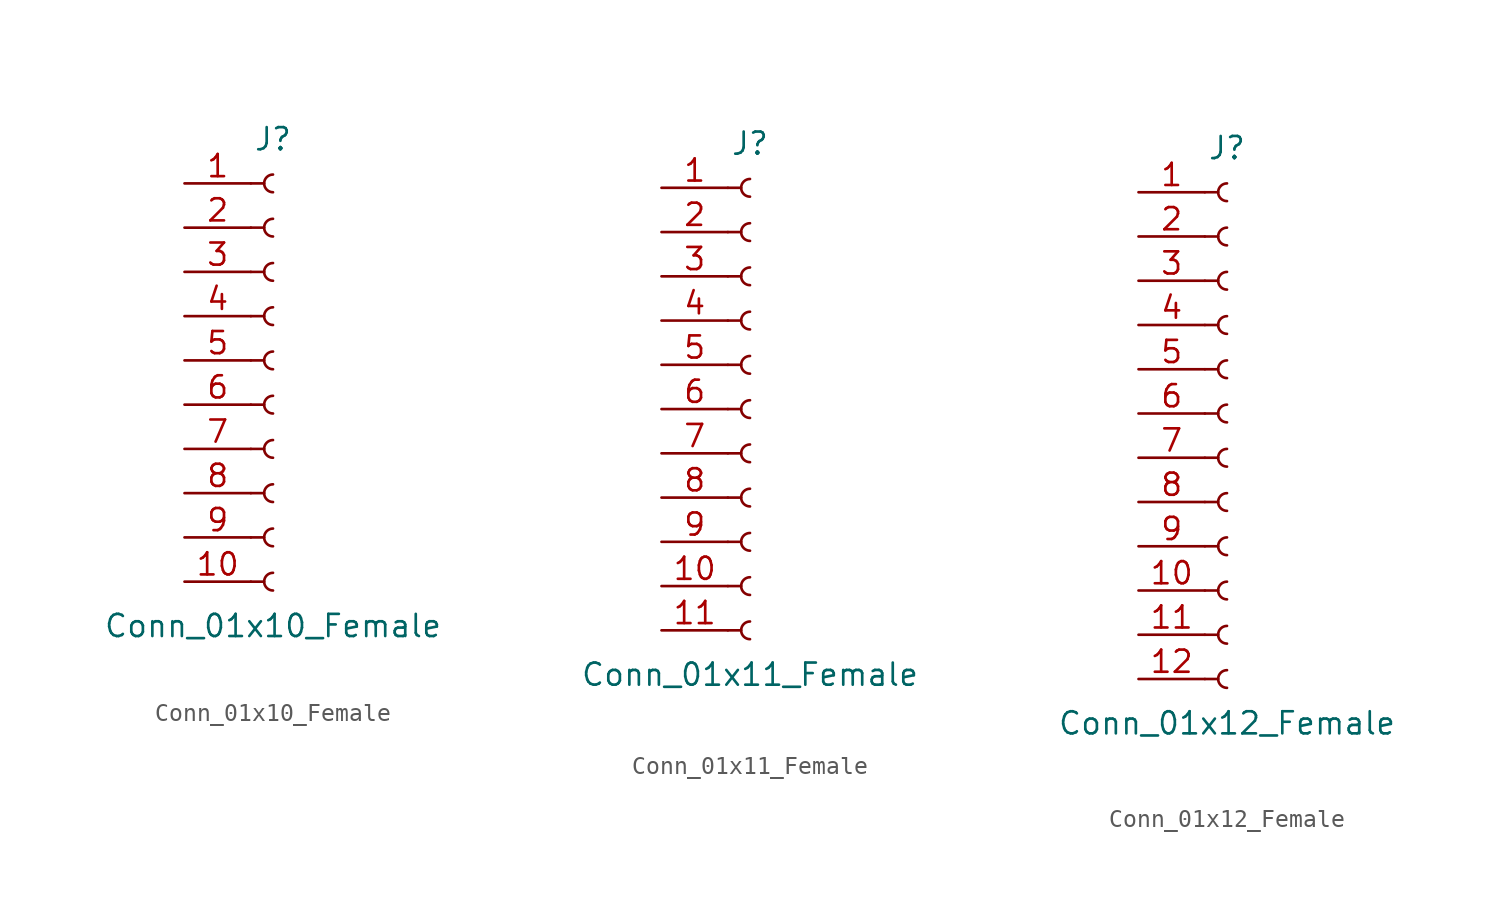
<source format=kicad_sym>
(kicad_symbol_lib
  (version 20201005)
  (generator kicad_symbol_editor)
  (symbol "Conn_01x10_Female"
    (pin_names
      (offset 1.016) hide)
    (property "Reference" "J"
      (at 0 12.7 0)
      (effects (font (size 1.27 1.27))))
    (property "Value" "Conn_01x10_Female"
      (at 0 -15.24 0)
      (effects (font (size 1.27 1.27))))
    (symbol "Conn_01x10_Female_1_1"
      (arc (start 0 -12.192) (end 0 -13.208) (radius (at 0 -12.7) (length 0.508) (angles 90.1 -90.1)) (stroke (width 0.1524)) (fill (type none)))
      (arc (start 0 -9.652) (end 0 -10.668) (radius (at 0 -10.16) (length 0.508) (angles 90.1 -90.1)) (stroke (width 0.1524)) (fill (type none)))
      (arc (start 0 -7.112) (end 0 -8.128) (radius (at 0 -7.62) (length 0.508) (angles 90.1 -90.1)) (stroke (width 0.1524)) (fill (type none)))
      (arc (start 0 -4.572) (end 0 -5.588) (radius (at 0 -5.08) (length 0.508) (angles 90.1 -90.1)) (stroke (width 0.1524)) (fill (type none)))
      (arc (start 0 -2.032) (end 0 -3.048) (radius (at 0 -2.54) (length 0.508) (angles 90.1 -90.1)) (stroke (width 0.1524)) (fill (type none)))
      (arc (start 0 0.508) (end 0 -0.508) (radius (at 0 0) (length 0.508) (angles 90.1 -90.1)) (stroke (width 0.1524)) (fill (type none)))
      (arc (start 0 3.048) (end 0 2.032) (radius (at 0 2.54) (length 0.508) (angles 90.1 -90.1)) (stroke (width 0.1524)) (fill (type none)))
      (arc (start 0 5.588) (end 0 4.572) (radius (at 0 5.08) (length 0.508) (angles 90.1 -90.1)) (stroke (width 0.1524)) (fill (type none)))
      (arc (start 0 8.128) (end 0 7.112) (radius (at 0 7.62) (length 0.508) (angles 90.1 -90.1)) (stroke (width 0.1524)) (fill (type none)))
      (arc (start 0 10.668) (end 0 9.652) (radius (at 0 10.16) (length 0.508) (angles 90.1 -90.1)) (stroke (width 0.1524)) (fill (type none)))
      (polyline (pts (xy -1.27 -12.7) (xy -0.508 -12.7)) (stroke (width 0.152)) (fill (type none)))
      (polyline (pts (xy -1.27 -10.16) (xy -0.508 -10.16)) (stroke (width 0.152)) (fill (type none)))
      (polyline (pts (xy -1.27 -7.62) (xy -0.508 -7.62)) (stroke (width 0.152)) (fill (type none)))
      (polyline (pts (xy -1.27 -5.08) (xy -0.508 -5.08)) (stroke (width 0.152)) (fill (type none)))
      (polyline (pts (xy -1.27 -2.54) (xy -0.508 -2.54)) (stroke (width 0.152)) (fill (type none)))
      (polyline (pts (xy -1.27 0) (xy -0.508 0)) (stroke (width 0.152)) (fill (type none)))
      (polyline (pts (xy -1.27 2.54) (xy -0.508 2.54)) (stroke (width 0.152)) (fill (type none)))
      (polyline (pts (xy -1.27 5.08) (xy -0.508 5.08)) (stroke (width 0.152)) (fill (type none)))
      (polyline (pts (xy -1.27 7.62) (xy -0.508 7.62)) (stroke (width 0.152)) (fill (type none)))
      (polyline (pts (xy -1.27 10.16) (xy -0.508 10.16)) (stroke (width 0.152)) (fill (type none)))
      (pin passive line (at -5.08 10.16 0) (length 3.81) (name "Pin_1" (effects (font (size 1.27 1.27)))) (number "1" (effects (font (size 1.27 1.27)))))
      (pin passive line (at -5.08 -12.7 0) (length 3.81) (name "Pin_10" (effects (font (size 1.27 1.27)))) (number "10" (effects (font (size 1.27 1.27)))))
      (pin passive line (at -5.08 7.62 0) (length 3.81) (name "Pin_2" (effects (font (size 1.27 1.27)))) (number "2" (effects (font (size 1.27 1.27)))))
      (pin passive line (at -5.08 5.08 0) (length 3.81) (name "Pin_3" (effects (font (size 1.27 1.27)))) (number "3" (effects (font (size 1.27 1.27)))))
      (pin passive line (at -5.08 2.54 0) (length 3.81) (name "Pin_4" (effects (font (size 1.27 1.27)))) (number "4" (effects (font (size 1.27 1.27)))))
      (pin passive line (at -5.08 0 0) (length 3.81) (name "Pin_5" (effects (font (size 1.27 1.27)))) (number "5" (effects (font (size 1.27 1.27)))))
      (pin passive line (at -5.08 -2.54 0) (length 3.81) (name "Pin_6" (effects (font (size 1.27 1.27)))) (number "6" (effects (font (size 1.27 1.27)))))
      (pin passive line (at -5.08 -5.08 0) (length 3.81) (name "Pin_7" (effects (font (size 1.27 1.27)))) (number "7" (effects (font (size 1.27 1.27)))))
      (pin passive line (at -5.08 -7.62 0) (length 3.81) (name "Pin_8" (effects (font (size 1.27 1.27)))) (number "8" (effects (font (size 1.27 1.27)))))
      (pin passive line (at -5.08 -10.16 0) (length 3.81) (name "Pin_9" (effects (font (size 1.27 1.27)))) (number "9" (effects (font (size 1.27 1.27)))))))
  (symbol "Conn_01x11_Female"
    (pin_names
      (offset 1.016) hide)
    (property "Reference" "J"
      (at 0 15.24 0)
      (effects (font (size 1.27 1.27))))
    (property "Value" "Conn_01x11_Female"
      (at 0 -15.24 0)
      (effects (font (size 1.27 1.27))))
    (symbol "Conn_01x11_Female_1_1"
      (arc (start 0 -12.192) (end 0 -13.208) (radius (at 0 -12.7) (length 0.508) (angles 90.1 -90.1)) (stroke (width 0.1524)) (fill (type none)))
      (arc (start 0 -9.652) (end 0 -10.668) (radius (at 0 -10.16) (length 0.508) (angles 90.1 -90.1)) (stroke (width 0.1524)) (fill (type none)))
      (arc (start 0 -7.112) (end 0 -8.128) (radius (at 0 -7.62) (length 0.508) (angles 90.1 -90.1)) (stroke (width 0.1524)) (fill (type none)))
      (arc (start 0 -4.572) (end 0 -5.588) (radius (at 0 -5.08) (length 0.508) (angles 90.1 -90.1)) (stroke (width 0.1524)) (fill (type none)))
      (arc (start 0 -2.032) (end 0 -3.048) (radius (at 0 -2.54) (length 0.508) (angles 90.1 -90.1)) (stroke (width 0.1524)) (fill (type none)))
      (arc (start 0 0.508) (end 0 -0.508) (radius (at 0 0) (length 0.508) (angles 90.1 -90.1)) (stroke (width 0.1524)) (fill (type none)))
      (arc (start 0 3.048) (end 0 2.032) (radius (at 0 2.54) (length 0.508) (angles 90.1 -90.1)) (stroke (width 0.1524)) (fill (type none)))
      (arc (start 0 5.588) (end 0 4.572) (radius (at 0 5.08) (length 0.508) (angles 90.1 -90.1)) (stroke (width 0.1524)) (fill (type none)))
      (arc (start 0 8.128) (end 0 7.112) (radius (at 0 7.62) (length 0.508) (angles 90.1 -90.1)) (stroke (width 0.1524)) (fill (type none)))
      (arc (start 0 10.668) (end 0 9.652) (radius (at 0 10.16) (length 0.508) (angles 90.1 -90.1)) (stroke (width 0.1524)) (fill (type none)))
      (arc (start 0 13.208) (end 0 12.192) (radius (at 0 12.7) (length 0.508) (angles 90.1 -90.1)) (stroke (width 0.1524)) (fill (type none)))
      (polyline (pts (xy -1.27 -12.7) (xy -0.508 -12.7)) (stroke (width 0.152)) (fill (type none)))
      (polyline (pts (xy -1.27 -10.16) (xy -0.508 -10.16)) (stroke (width 0.152)) (fill (type none)))
      (polyline (pts (xy -1.27 -7.62) (xy -0.508 -7.62)) (stroke (width 0.152)) (fill (type none)))
      (polyline (pts (xy -1.27 -5.08) (xy -0.508 -5.08)) (stroke (width 0.152)) (fill (type none)))
      (polyline (pts (xy -1.27 -2.54) (xy -0.508 -2.54)) (stroke (width 0.152)) (fill (type none)))
      (polyline (pts (xy -1.27 0) (xy -0.508 0)) (stroke (width 0.152)) (fill (type none)))
      (polyline (pts (xy -1.27 2.54) (xy -0.508 2.54)) (stroke (width 0.152)) (fill (type none)))
      (polyline (pts (xy -1.27 5.08) (xy -0.508 5.08)) (stroke (width 0.152)) (fill (type none)))
      (polyline (pts (xy -1.27 7.62) (xy -0.508 7.62)) (stroke (width 0.152)) (fill (type none)))
      (polyline (pts (xy -1.27 10.16) (xy -0.508 10.16)) (stroke (width 0.152)) (fill (type none)))
      (polyline (pts (xy -1.27 12.7) (xy -0.508 12.7)) (stroke (width 0.152)) (fill (type none)))
      (pin passive line (at -5.08 12.7 0) (length 3.81) (name "Pin_1" (effects (font (size 1.27 1.27)))) (number "1" (effects (font (size 1.27 1.27)))))
      (pin passive line (at -5.08 -10.16 0) (length 3.81) (name "Pin_10" (effects (font (size 1.27 1.27)))) (number "10" (effects (font (size 1.27 1.27)))))
      (pin passive line (at -5.08 -12.7 0) (length 3.81) (name "Pin_11" (effects (font (size 1.27 1.27)))) (number "11" (effects (font (size 1.27 1.27)))))
      (pin passive line (at -5.08 10.16 0) (length 3.81) (name "Pin_2" (effects (font (size 1.27 1.27)))) (number "2" (effects (font (size 1.27 1.27)))))
      (pin passive line (at -5.08 7.62 0) (length 3.81) (name "Pin_3" (effects (font (size 1.27 1.27)))) (number "3" (effects (font (size 1.27 1.27)))))
      (pin passive line (at -5.08 5.08 0) (length 3.81) (name "Pin_4" (effects (font (size 1.27 1.27)))) (number "4" (effects (font (size 1.27 1.27)))))
      (pin passive line (at -5.08 2.54 0) (length 3.81) (name "Pin_5" (effects (font (size 1.27 1.27)))) (number "5" (effects (font (size 1.27 1.27)))))
      (pin passive line (at -5.08 0 0) (length 3.81) (name "Pin_6" (effects (font (size 1.27 1.27)))) (number "6" (effects (font (size 1.27 1.27)))))
      (pin passive line (at -5.08 -2.54 0) (length 3.81) (name "Pin_7" (effects (font (size 1.27 1.27)))) (number "7" (effects (font (size 1.27 1.27)))))
      (pin passive line (at -5.08 -5.08 0) (length 3.81) (name "Pin_8" (effects (font (size 1.27 1.27)))) (number "8" (effects (font (size 1.27 1.27)))))
      (pin passive line (at -5.08 -7.62 0) (length 3.81) (name "Pin_9" (effects (font (size 1.27 1.27)))) (number "9" (effects (font (size 1.27 1.27)))))))
  (symbol "Conn_01x12_Female"
    (pin_names
      (offset 1.016) hide)
    (property "Reference" "J"
      (at 0 15.24 0)
      (effects (font (size 1.27 1.27))))
    (property "Value" "Conn_01x12_Female"
      (at 0 -17.78 0)
      (effects (font (size 1.27 1.27))))
    (symbol "Conn_01x12_Female_1_1"
      (arc (start 0 -14.732) (end 0 -15.748) (radius (at 0 -15.24) (length 0.508) (angles 90.1 -90.1)) (stroke (width 0.1524)) (fill (type none)))
      (arc (start 0 -12.192) (end 0 -13.208) (radius (at 0 -12.7) (length 0.508) (angles 90.1 -90.1)) (stroke (width 0.1524)) (fill (type none)))
      (arc (start 0 -9.652) (end 0 -10.668) (radius (at 0 -10.16) (length 0.508) (angles 90.1 -90.1)) (stroke (width 0.1524)) (fill (type none)))
      (arc (start 0 -7.112) (end 0 -8.128) (radius (at 0 -7.62) (length 0.508) (angles 90.1 -90.1)) (stroke (width 0.1524)) (fill (type none)))
      (arc (start 0 -4.572) (end 0 -5.588) (radius (at 0 -5.08) (length 0.508) (angles 90.1 -90.1)) (stroke (width 0.1524)) (fill (type none)))
      (arc (start 0 -2.032) (end 0 -3.048) (radius (at 0 -2.54) (length 0.508) (angles 90.1 -90.1)) (stroke (width 0.1524)) (fill (type none)))
      (arc (start 0 0.508) (end 0 -0.508) (radius (at 0 0) (length 0.508) (angles 90.1 -90.1)) (stroke (width 0.1524)) (fill (type none)))
      (arc (start 0 3.048) (end 0 2.032) (radius (at 0 2.54) (length 0.508) (angles 90.1 -90.1)) (stroke (width 0.1524)) (fill (type none)))
      (arc (start 0 5.588) (end 0 4.572) (radius (at 0 5.08) (length 0.508) (angles 90.1 -90.1)) (stroke (width 0.1524)) (fill (type none)))
      (arc (start 0 8.128) (end 0 7.112) (radius (at 0 7.62) (length 0.508) (angles 90.1 -90.1)) (stroke (width 0.1524)) (fill (type none)))
      (arc (start 0 10.668) (end 0 9.652) (radius (at 0 10.16) (length 0.508) (angles 90.1 -90.1)) (stroke (width 0.1524)) (fill (type none)))
      (arc (start 0 13.208) (end 0 12.192) (radius (at 0 12.7) (length 0.508) (angles 90.1 -90.1)) (stroke (width 0.1524)) (fill (type none)))
      (polyline (pts (xy -1.27 -15.24) (xy -0.508 -15.24)) (stroke (width 0.152)) (fill (type none)))
      (polyline (pts (xy -1.27 -12.7) (xy -0.508 -12.7)) (stroke (width 0.152)) (fill (type none)))
      (polyline (pts (xy -1.27 -10.16) (xy -0.508 -10.16)) (stroke (width 0.152)) (fill (type none)))
      (polyline (pts (xy -1.27 -7.62) (xy -0.508 -7.62)) (stroke (width 0.152)) (fill (type none)))
      (polyline (pts (xy -1.27 -5.08) (xy -0.508 -5.08)) (stroke (width 0.152)) (fill (type none)))
      (polyline (pts (xy -1.27 -2.54) (xy -0.508 -2.54)) (stroke (width 0.152)) (fill (type none)))
      (polyline (pts (xy -1.27 0) (xy -0.508 0)) (stroke (width 0.152)) (fill (type none)))
      (polyline (pts (xy -1.27 2.54) (xy -0.508 2.54)) (stroke (width 0.152)) (fill (type none)))
      (polyline (pts (xy -1.27 5.08) (xy -0.508 5.08)) (stroke (width 0.152)) (fill (type none)))
      (polyline (pts (xy -1.27 7.62) (xy -0.508 7.62)) (stroke (width 0.152)) (fill (type none)))
      (polyline (pts (xy -1.27 10.16) (xy -0.508 10.16)) (stroke (width 0.152)) (fill (type none)))
      (polyline (pts (xy -1.27 12.7) (xy -0.508 12.7)) (stroke (width 0.152)) (fill (type none)))
      (pin passive line (at -5.08 12.7 0) (length 3.81) (name "Pin_1" (effects (font (size 1.27 1.27)))) (number "1" (effects (font (size 1.27 1.27)))))
      (pin passive line (at -5.08 -10.16 0) (length 3.81) (name "Pin_10" (effects (font (size 1.27 1.27)))) (number "10" (effects (font (size 1.27 1.27)))))
      (pin passive line (at -5.08 -12.7 0) (length 3.81) (name "Pin_11" (effects (font (size 1.27 1.27)))) (number "11" (effects (font (size 1.27 1.27)))))
      (pin passive line (at -5.08 -15.24 0) (length 3.81) (name "Pin_12" (effects (font (size 1.27 1.27)))) (number "12" (effects (font (size 1.27 1.27)))))
      (pin passive line (at -5.08 10.16 0) (length 3.81) (name "Pin_2" (effects (font (size 1.27 1.27)))) (number "2" (effects (font (size 1.27 1.27)))))
      (pin passive line (at -5.08 7.62 0) (length 3.81) (name "Pin_3" (effects (font (size 1.27 1.27)))) (number "3" (effects (font (size 1.27 1.27)))))
      (pin passive line (at -5.08 5.08 0) (length 3.81) (name "Pin_4" (effects (font (size 1.27 1.27)))) (number "4" (effects (font (size 1.27 1.27)))))
      (pin passive line (at -5.08 2.54 0) (length 3.81) (name "Pin_5" (effects (font (size 1.27 1.27)))) (number "5" (effects (font (size 1.27 1.27)))))
      (pin passive line (at -5.08 0 0) (length 3.81) (name "Pin_6" (effects (font (size 1.27 1.27)))) (number "6" (effects (font (size 1.27 1.27)))))
      (pin passive line (at -5.08 -2.54 0) (length 3.81) (name "Pin_7" (effects (font (size 1.27 1.27)))) (number "7" (effects (font (size 1.27 1.27)))))
      (pin passive line (at -5.08 -5.08 0) (length 3.81) (name "Pin_8" (effects (font (size 1.27 1.27)))) (number "8" (effects (font (size 1.27 1.27)))))
      (pin passive line (at -5.08 -7.62 0) (length 3.81) (name "Pin_9" (effects (font (size 1.27 1.27)))) (number "9" (effects (font (size 1.27 1.27))))))))
</source>
